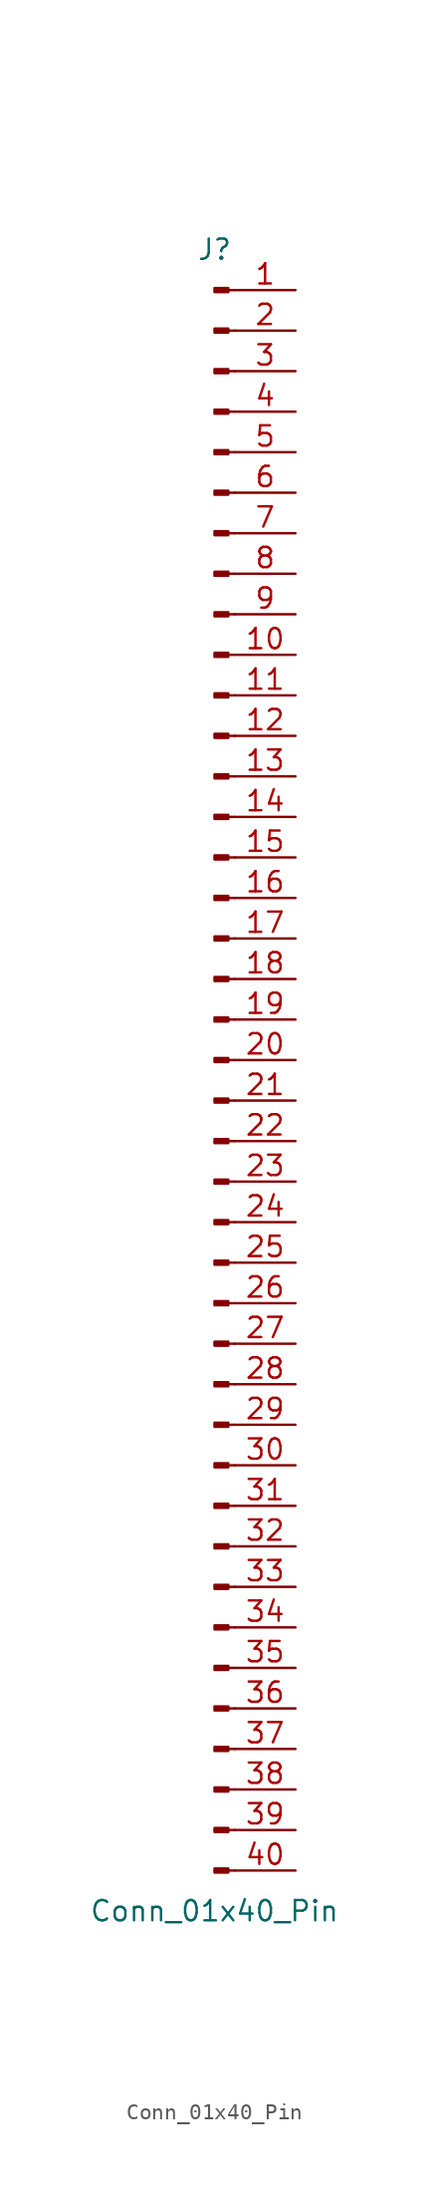
<source format=kicad_sym>
(kicad_symbol_lib
  (version 20241209)
  (generator "kicad_symbol_editor")
  (generator_version "9.0")
  (symbol "Conn_01x40_Pin"
    (pin_names
      (offset 1.016)
      (hide yes))
    (property "Reference" "J"
      (at 0 50.8 0)
      (effects (font (size 1.27 1.27))))
    (property "Value" "Conn_01x40_Pin"
      (at 0 -53.34 0)
      (effects (font (size 1.27 1.27))))
    (property "ki_locked" ""
      (at 0 0 0)
      (effects (font (size 1.27 1.27))))
    (symbol "Conn_01x40_Pin_1_1"
      (rectangle (start 0.864 48.387) (end 0 48.133) (stroke (width 0.152) (type default)) (fill (type outline)))
      (rectangle (start 0.864 45.847) (end 0 45.593) (stroke (width 0.152) (type default)) (fill (type outline)))
      (rectangle (start 0.864 43.307) (end 0 43.053) (stroke (width 0.152) (type default)) (fill (type outline)))
      (rectangle (start 0.864 40.767) (end 0 40.513) (stroke (width 0.152) (type default)) (fill (type outline)))
      (rectangle (start 0.864 38.227) (end 0 37.973) (stroke (width 0.152) (type default)) (fill (type outline)))
      (rectangle (start 0.864 35.687) (end 0 35.433) (stroke (width 0.152) (type default)) (fill (type outline)))
      (rectangle (start 0.864 33.147) (end 0 32.893) (stroke (width 0.152) (type default)) (fill (type outline)))
      (rectangle (start 0.864 30.607) (end 0 30.353) (stroke (width 0.152) (type default)) (fill (type outline)))
      (rectangle (start 0.864 28.067) (end 0 27.813) (stroke (width 0.152) (type default)) (fill (type outline)))
      (rectangle (start 0.864 25.527) (end 0 25.273) (stroke (width 0.152) (type default)) (fill (type outline)))
      (rectangle (start 0.864 22.987) (end 0 22.733) (stroke (width 0.152) (type default)) (fill (type outline)))
      (rectangle (start 0.864 20.447) (end 0 20.193) (stroke (width 0.152) (type default)) (fill (type outline)))
      (rectangle (start 0.864 17.907) (end 0 17.653) (stroke (width 0.152) (type default)) (fill (type outline)))
      (rectangle (start 0.864 15.367) (end 0 15.113) (stroke (width 0.152) (type default)) (fill (type outline)))
      (rectangle (start 0.864 12.827) (end 0 12.573) (stroke (width 0.152) (type default)) (fill (type outline)))
      (rectangle (start 0.864 10.287) (end 0 10.033) (stroke (width 0.152) (type default)) (fill (type outline)))
      (rectangle (start 0.864 7.747) (end 0 7.493) (stroke (width 0.152) (type default)) (fill (type outline)))
      (rectangle (start 0.864 5.207) (end 0 4.953) (stroke (width 0.152) (type default)) (fill (type outline)))
      (rectangle (start 0.864 2.667) (end 0 2.413) (stroke (width 0.152) (type default)) (fill (type outline)))
      (rectangle (start 0.864 0.127) (end 0 -0.127) (stroke (width 0.152) (type default)) (fill (type outline)))
      (rectangle (start 0.864 -2.413) (end 0 -2.667) (stroke (width 0.152) (type default)) (fill (type outline)))
      (rectangle (start 0.864 -4.953) (end 0 -5.207) (stroke (width 0.152) (type default)) (fill (type outline)))
      (rectangle (start 0.864 -7.493) (end 0 -7.747) (stroke (width 0.152) (type default)) (fill (type outline)))
      (rectangle (start 0.864 -10.033) (end 0 -10.287) (stroke (width 0.152) (type default)) (fill (type outline)))
      (rectangle (start 0.864 -12.573) (end 0 -12.827) (stroke (width 0.152) (type default)) (fill (type outline)))
      (rectangle (start 0.864 -15.113) (end 0 -15.367) (stroke (width 0.152) (type default)) (fill (type outline)))
      (rectangle (start 0.864 -17.653) (end 0 -17.907) (stroke (width 0.152) (type default)) (fill (type outline)))
      (rectangle (start 0.864 -20.193) (end 0 -20.447) (stroke (width 0.152) (type default)) (fill (type outline)))
      (rectangle (start 0.864 -22.733) (end 0 -22.987) (stroke (width 0.152) (type default)) (fill (type outline)))
      (rectangle (start 0.864 -25.273) (end 0 -25.527) (stroke (width 0.152) (type default)) (fill (type outline)))
      (rectangle (start 0.864 -27.813) (end 0 -28.067) (stroke (width 0.152) (type default)) (fill (type outline)))
      (rectangle (start 0.864 -30.353) (end 0 -30.607) (stroke (width 0.152) (type default)) (fill (type outline)))
      (rectangle (start 0.864 -32.893) (end 0 -33.147) (stroke (width 0.152) (type default)) (fill (type outline)))
      (rectangle (start 0.864 -35.433) (end 0 -35.687) (stroke (width 0.152) (type default)) (fill (type outline)))
      (rectangle (start 0.864 -37.973) (end 0 -38.227) (stroke (width 0.152) (type default)) (fill (type outline)))
      (rectangle (start 0.864 -40.513) (end 0 -40.767) (stroke (width 0.152) (type default)) (fill (type outline)))
      (rectangle (start 0.864 -43.053) (end 0 -43.307) (stroke (width 0.152) (type default)) (fill (type outline)))
      (rectangle (start 0.864 -45.593) (end 0 -45.847) (stroke (width 0.152) (type default)) (fill (type outline)))
      (rectangle (start 0.864 -48.133) (end 0 -48.387) (stroke (width 0.152) (type default)) (fill (type outline)))
      (rectangle (start 0.864 -50.673) (end 0 -50.927) (stroke (width 0.152) (type default)) (fill (type outline)))
      (polyline (pts (xy 1.27 48.26) (xy 0.864 48.26)) (stroke (width 0.152) (type default)) (fill (type none)))
      (polyline (pts (xy 1.27 45.72) (xy 0.864 45.72)) (stroke (width 0.152) (type default)) (fill (type none)))
      (polyline (pts (xy 1.27 43.18) (xy 0.864 43.18)) (stroke (width 0.152) (type default)) (fill (type none)))
      (polyline (pts (xy 1.27 40.64) (xy 0.864 40.64)) (stroke (width 0.152) (type default)) (fill (type none)))
      (polyline (pts (xy 1.27 38.1) (xy 0.864 38.1)) (stroke (width 0.152) (type default)) (fill (type none)))
      (polyline (pts (xy 1.27 35.56) (xy 0.864 35.56)) (stroke (width 0.152) (type default)) (fill (type none)))
      (polyline (pts (xy 1.27 33.02) (xy 0.864 33.02)) (stroke (width 0.152) (type default)) (fill (type none)))
      (polyline (pts (xy 1.27 30.48) (xy 0.864 30.48)) (stroke (width 0.152) (type default)) (fill (type none)))
      (polyline (pts (xy 1.27 27.94) (xy 0.864 27.94)) (stroke (width 0.152) (type default)) (fill (type none)))
      (polyline (pts (xy 1.27 25.4) (xy 0.864 25.4)) (stroke (width 0.152) (type default)) (fill (type none)))
      (polyline (pts (xy 1.27 22.86) (xy 0.864 22.86)) (stroke (width 0.152) (type default)) (fill (type none)))
      (polyline (pts (xy 1.27 20.32) (xy 0.864 20.32)) (stroke (width 0.152) (type default)) (fill (type none)))
      (polyline (pts (xy 1.27 17.78) (xy 0.864 17.78)) (stroke (width 0.152) (type default)) (fill (type none)))
      (polyline (pts (xy 1.27 15.24) (xy 0.864 15.24)) (stroke (width 0.152) (type default)) (fill (type none)))
      (polyline (pts (xy 1.27 12.7) (xy 0.864 12.7)) (stroke (width 0.152) (type default)) (fill (type none)))
      (polyline (pts (xy 1.27 10.16) (xy 0.864 10.16)) (stroke (width 0.152) (type default)) (fill (type none)))
      (polyline (pts (xy 1.27 7.62) (xy 0.864 7.62)) (stroke (width 0.152) (type default)) (fill (type none)))
      (polyline (pts (xy 1.27 5.08) (xy 0.864 5.08)) (stroke (width 0.152) (type default)) (fill (type none)))
      (polyline (pts (xy 1.27 2.54) (xy 0.864 2.54)) (stroke (width 0.152) (type default)) (fill (type none)))
      (polyline (pts (xy 1.27 0) (xy 0.864 0)) (stroke (width 0.152) (type default)) (fill (type none)))
      (polyline (pts (xy 1.27 -2.54) (xy 0.864 -2.54)) (stroke (width 0.152) (type default)) (fill (type none)))
      (polyline (pts (xy 1.27 -5.08) (xy 0.864 -5.08)) (stroke (width 0.152) (type default)) (fill (type none)))
      (polyline (pts (xy 1.27 -7.62) (xy 0.864 -7.62)) (stroke (width 0.152) (type default)) (fill (type none)))
      (polyline (pts (xy 1.27 -10.16) (xy 0.864 -10.16)) (stroke (width 0.152) (type default)) (fill (type none)))
      (polyline (pts (xy 1.27 -12.7) (xy 0.864 -12.7)) (stroke (width 0.152) (type default)) (fill (type none)))
      (polyline (pts (xy 1.27 -15.24) (xy 0.864 -15.24)) (stroke (width 0.152) (type default)) (fill (type none)))
      (polyline (pts (xy 1.27 -17.78) (xy 0.864 -17.78)) (stroke (width 0.152) (type default)) (fill (type none)))
      (polyline (pts (xy 1.27 -20.32) (xy 0.864 -20.32)) (stroke (width 0.152) (type default)) (fill (type none)))
      (polyline (pts (xy 1.27 -22.86) (xy 0.864 -22.86)) (stroke (width 0.152) (type default)) (fill (type none)))
      (polyline (pts (xy 1.27 -25.4) (xy 0.864 -25.4)) (stroke (width 0.152) (type default)) (fill (type none)))
      (polyline (pts (xy 1.27 -27.94) (xy 0.864 -27.94)) (stroke (width 0.152) (type default)) (fill (type none)))
      (polyline (pts (xy 1.27 -30.48) (xy 0.864 -30.48)) (stroke (width 0.152) (type default)) (fill (type none)))
      (polyline (pts (xy 1.27 -33.02) (xy 0.864 -33.02)) (stroke (width 0.152) (type default)) (fill (type none)))
      (polyline (pts (xy 1.27 -35.56) (xy 0.864 -35.56)) (stroke (width 0.152) (type default)) (fill (type none)))
      (polyline (pts (xy 1.27 -38.1) (xy 0.864 -38.1)) (stroke (width 0.152) (type default)) (fill (type none)))
      (polyline (pts (xy 1.27 -40.64) (xy 0.864 -40.64)) (stroke (width 0.152) (type default)) (fill (type none)))
      (polyline (pts (xy 1.27 -43.18) (xy 0.864 -43.18)) (stroke (width 0.152) (type default)) (fill (type none)))
      (polyline (pts (xy 1.27 -45.72) (xy 0.864 -45.72)) (stroke (width 0.152) (type default)) (fill (type none)))
      (polyline (pts (xy 1.27 -48.26) (xy 0.864 -48.26)) (stroke (width 0.152) (type default)) (fill (type none)))
      (polyline (pts (xy 1.27 -50.8) (xy 0.864 -50.8)) (stroke (width 0.152) (type default)) (fill (type none)))
      (pin passive line (at 5.08 48.26 180) (length 3.81) (name "Pin_1" (effects (font (size 1.27 1.27)))) (number "1" (effects (font (size 1.27 1.27)))))
      (pin passive line (at 5.08 45.72 180) (length 3.81) (name "Pin_2" (effects (font (size 1.27 1.27)))) (number "2" (effects (font (size 1.27 1.27)))))
      (pin passive line (at 5.08 43.18 180) (length 3.81) (name "Pin_3" (effects (font (size 1.27 1.27)))) (number "3" (effects (font (size 1.27 1.27)))))
      (pin passive line (at 5.08 40.64 180) (length 3.81) (name "Pin_4" (effects (font (size 1.27 1.27)))) (number "4" (effects (font (size 1.27 1.27)))))
      (pin passive line (at 5.08 38.1 180) (length 3.81) (name "Pin_5" (effects (font (size 1.27 1.27)))) (number "5" (effects (font (size 1.27 1.27)))))
      (pin passive line (at 5.08 35.56 180) (length 3.81) (name "Pin_6" (effects (font (size 1.27 1.27)))) (number "6" (effects (font (size 1.27 1.27)))))
      (pin passive line (at 5.08 33.02 180) (length 3.81) (name "Pin_7" (effects (font (size 1.27 1.27)))) (number "7" (effects (font (size 1.27 1.27)))))
      (pin passive line (at 5.08 30.48 180) (length 3.81) (name "Pin_8" (effects (font (size 1.27 1.27)))) (number "8" (effects (font (size 1.27 1.27)))))
      (pin passive line (at 5.08 27.94 180) (length 3.81) (name "Pin_9" (effects (font (size 1.27 1.27)))) (number "9" (effects (font (size 1.27 1.27)))))
      (pin passive line (at 5.08 25.4 180) (length 3.81) (name "Pin_10" (effects (font (size 1.27 1.27)))) (number "10" (effects (font (size 1.27 1.27)))))
      (pin passive line (at 5.08 22.86 180) (length 3.81) (name "Pin_11" (effects (font (size 1.27 1.27)))) (number "11" (effects (font (size 1.27 1.27)))))
      (pin passive line (at 5.08 20.32 180) (length 3.81) (name "Pin_12" (effects (font (size 1.27 1.27)))) (number "12" (effects (font (size 1.27 1.27)))))
      (pin passive line (at 5.08 17.78 180) (length 3.81) (name "Pin_13" (effects (font (size 1.27 1.27)))) (number "13" (effects (font (size 1.27 1.27)))))
      (pin passive line (at 5.08 15.24 180) (length 3.81) (name "Pin_14" (effects (font (size 1.27 1.27)))) (number "14" (effects (font (size 1.27 1.27)))))
      (pin passive line (at 5.08 12.7 180) (length 3.81) (name "Pin_15" (effects (font (size 1.27 1.27)))) (number "15" (effects (font (size 1.27 1.27)))))
      (pin passive line (at 5.08 10.16 180) (length 3.81) (name "Pin_16" (effects (font (size 1.27 1.27)))) (number "16" (effects (font (size 1.27 1.27)))))
      (pin passive line (at 5.08 7.62 180) (length 3.81) (name "Pin_17" (effects (font (size 1.27 1.27)))) (number "17" (effects (font (size 1.27 1.27)))))
      (pin passive line (at 5.08 5.08 180) (length 3.81) (name "Pin_18" (effects (font (size 1.27 1.27)))) (number "18" (effects (font (size 1.27 1.27)))))
      (pin passive line (at 5.08 2.54 180) (length 3.81) (name "Pin_19" (effects (font (size 1.27 1.27)))) (number "19" (effects (font (size 1.27 1.27)))))
      (pin passive line (at 5.08 0 180) (length 3.81) (name "Pin_20" (effects (font (size 1.27 1.27)))) (number "20" (effects (font (size 1.27 1.27)))))
      (pin passive line (at 5.08 -2.54 180) (length 3.81) (name "Pin_21" (effects (font (size 1.27 1.27)))) (number "21" (effects (font (size 1.27 1.27)))))
      (pin passive line (at 5.08 -5.08 180) (length 3.81) (name "Pin_22" (effects (font (size 1.27 1.27)))) (number "22" (effects (font (size 1.27 1.27)))))
      (pin passive line (at 5.08 -7.62 180) (length 3.81) (name "Pin_23" (effects (font (size 1.27 1.27)))) (number "23" (effects (font (size 1.27 1.27)))))
      (pin passive line (at 5.08 -10.16 180) (length 3.81) (name "Pin_24" (effects (font (size 1.27 1.27)))) (number "24" (effects (font (size 1.27 1.27)))))
      (pin passive line (at 5.08 -12.7 180) (length 3.81) (name "Pin_25" (effects (font (size 1.27 1.27)))) (number "25" (effects (font (size 1.27 1.27)))))
      (pin passive line (at 5.08 -15.24 180) (length 3.81) (name "Pin_26" (effects (font (size 1.27 1.27)))) (number "26" (effects (font (size 1.27 1.27)))))
      (pin passive line (at 5.08 -17.78 180) (length 3.81) (name "Pin_27" (effects (font (size 1.27 1.27)))) (number "27" (effects (font (size 1.27 1.27)))))
      (pin passive line (at 5.08 -20.32 180) (length 3.81) (name "Pin_28" (effects (font (size 1.27 1.27)))) (number "28" (effects (font (size 1.27 1.27)))))
      (pin passive line (at 5.08 -22.86 180) (length 3.81) (name "Pin_29" (effects (font (size 1.27 1.27)))) (number "29" (effects (font (size 1.27 1.27)))))
      (pin passive line (at 5.08 -25.4 180) (length 3.81) (name "Pin_30" (effects (font (size 1.27 1.27)))) (number "30" (effects (font (size 1.27 1.27)))))
      (pin passive line (at 5.08 -27.94 180) (length 3.81) (name "Pin_31" (effects (font (size 1.27 1.27)))) (number "31" (effects (font (size 1.27 1.27)))))
      (pin passive line (at 5.08 -30.48 180) (length 3.81) (name "Pin_32" (effects (font (size 1.27 1.27)))) (number "32" (effects (font (size 1.27 1.27)))))
      (pin passive line (at 5.08 -33.02 180) (length 3.81) (name "Pin_33" (effects (font (size 1.27 1.27)))) (number "33" (effects (font (size 1.27 1.27)))))
      (pin passive line (at 5.08 -35.56 180) (length 3.81) (name "Pin_34" (effects (font (size 1.27 1.27)))) (number "34" (effects (font (size 1.27 1.27)))))
      (pin passive line (at 5.08 -38.1 180) (length 3.81) (name "Pin_35" (effects (font (size 1.27 1.27)))) (number "35" (effects (font (size 1.27 1.27)))))
      (pin passive line (at 5.08 -40.64 180) (length 3.81) (name "Pin_36" (effects (font (size 1.27 1.27)))) (number "36" (effects (font (size 1.27 1.27)))))
      (pin passive line (at 5.08 -43.18 180) (length 3.81) (name "Pin_37" (effects (font (size 1.27 1.27)))) (number "37" (effects (font (size 1.27 1.27)))))
      (pin passive line (at 5.08 -45.72 180) (length 3.81) (name "Pin_38" (effects (font (size 1.27 1.27)))) (number "38" (effects (font (size 1.27 1.27)))))
      (pin passive line (at 5.08 -48.26 180) (length 3.81) (name "Pin_39" (effects (font (size 1.27 1.27)))) (number "39" (effects (font (size 1.27 1.27)))))
      (pin passive line (at 5.08 -50.8 180) (length 3.81) (name "Pin_40" (effects (font (size 1.27 1.27)))) (number "40" (effects (font (size 1.27 1.27))))))))
</source>
